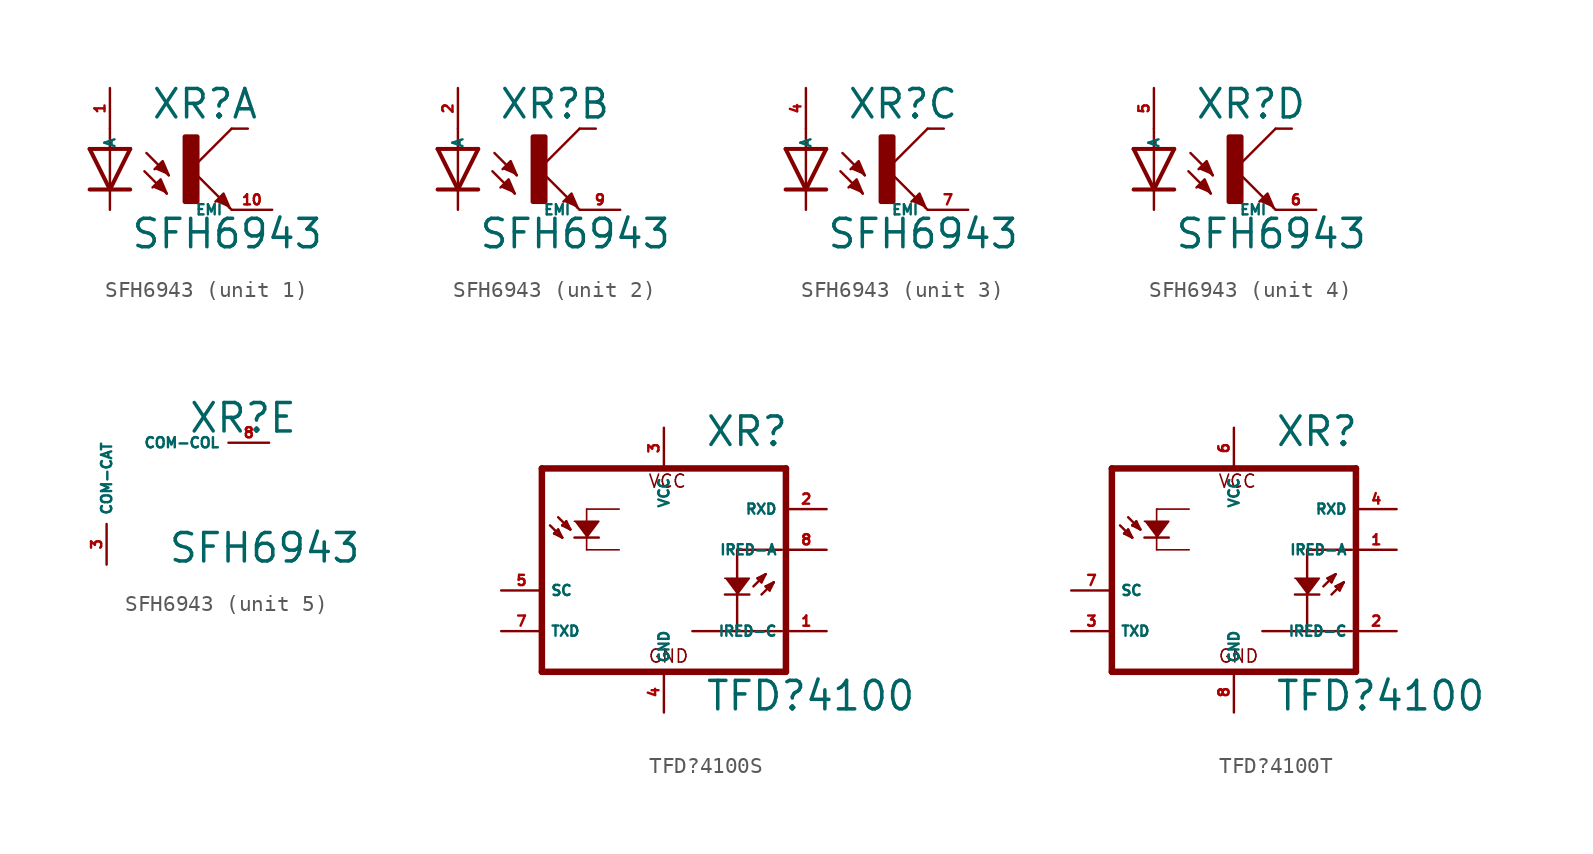
<source format=kicad_sym>
(kicad_symbol_lib
  (version 20220914)
  (generator Eagle2Kicad)
  (symbol "SFH6943"
    (property "Reference" "XR"
      (at 2.54 3.048 0)
      (effects (font (size 1.778 1.778) (thickness 0.22)) (justify left bottom)))
    (property "Value" "SFH6943"
      (at 1.27 -5.08 0)
      (effects (font (size 1.778 1.778) (thickness 0.22)) (justify left bottom)))
    (symbol "SFH6943_1_0"
      (polyline (pts (xy 3.683 -0.381) (xy 3.302 0.508) (xy 2.794 0)) (stroke (width 0.152) (type default)) (fill (type outline)))
      (polyline (pts (xy 3.556 -1.524) (xy 3.175 -0.635) (xy 2.667 -1.143)) (stroke (width 0.152) (type default)) (fill (type outline)))
      (polyline (pts (xy 7.493 -2.413) (xy 7.112 -1.524) (xy 6.604 -2.032)) (stroke (width 0.152) (type default)) (fill (type outline)))
      (polyline (pts (xy 1.27 1.27) (xy 0 -1.27)) (stroke (width 0.254) (type default)) (fill (type none)))
      (polyline (pts (xy 0 -1.27) (xy -1.27 1.27)) (stroke (width 0.254) (type default)) (fill (type none)))
      (polyline (pts (xy 1.27 -1.27) (xy 0 -1.27)) (stroke (width 0.254) (type default)) (fill (type none)))
      (polyline (pts (xy 0 -1.27) (xy -1.27 -1.27)) (stroke (width 0.254) (type default)) (fill (type none)))
      (polyline (pts (xy 1.27 1.27) (xy 0 1.27)) (stroke (width 0.254) (type default)) (fill (type none)))
      (polyline (pts (xy 0 1.27) (xy -1.27 1.27)) (stroke (width 0.254) (type default)) (fill (type none)))
      (polyline (pts (xy 0 1.27) (xy 0 -1.27)) (stroke (width 0.152) (type default)) (fill (type none)))
      (polyline (pts (xy 2.286 1.016) (xy 3.683 -0.381)) (stroke (width 0.152) (type default)) (fill (type none)))
      (polyline (pts (xy 2.159 -0.127) (xy 3.556 -1.524)) (stroke (width 0.152) (type default)) (fill (type none)))
      (polyline (pts (xy 0 -1.27) (xy 0 -2.54)) (stroke (width 0.152) (type default)) (fill (type none)))
      (polyline (pts (xy 7.62 2.54) (xy 5.08 0)) (stroke (width 0.152) (type default)) (fill (type none)))
      (polyline (pts (xy 7.62 2.54) (xy 8.636 2.54)) (stroke (width 0.152) (type default)) (fill (type none)))
      (polyline (pts (xy 5.08 0) (xy 7.62 -2.54)) (stroke (width 0.152) (type default)) (fill (type none)))
      (polyline (pts (xy 0 1.27) (xy 0 2.54)) (stroke (width 0.152) (type default)) (fill (type none)))
      (rectangle (start 4.699 -2.032) (end 5.461 2.032) (stroke (width 0.3) (type default)) (fill (type outline)))
      (pin passive line (at 0 5.08 270) (length 2.54) (name "A" (effects (font (size 0.635 0.635) (thickness 0.08)) (justify left bottom))) (number "1" (effects (font (size 0.635 0.635) (thickness 0.08)) (justify left bottom))))
      (pin passive line (at 10.16 -2.54 180) (length 2.54) (name "EMI" (effects (font (size 0.635 0.635) (thickness 0.08)) (justify left bottom))) (number "10" (effects (font (size 0.635 0.635) (thickness 0.08)) (justify left bottom)))))
    (symbol "SFH6943_2_0"
      (polyline (pts (xy 3.683 -0.381) (xy 3.302 0.508) (xy 2.794 0)) (stroke (width 0.152) (type default)) (fill (type outline)))
      (polyline (pts (xy 3.556 -1.524) (xy 3.175 -0.635) (xy 2.667 -1.143)) (stroke (width 0.152) (type default)) (fill (type outline)))
      (polyline (pts (xy 7.493 -2.413) (xy 7.112 -1.524) (xy 6.604 -2.032)) (stroke (width 0.152) (type default)) (fill (type outline)))
      (polyline (pts (xy 1.27 1.27) (xy 0 -1.27)) (stroke (width 0.254) (type default)) (fill (type none)))
      (polyline (pts (xy 0 -1.27) (xy -1.27 1.27)) (stroke (width 0.254) (type default)) (fill (type none)))
      (polyline (pts (xy 1.27 -1.27) (xy 0 -1.27)) (stroke (width 0.254) (type default)) (fill (type none)))
      (polyline (pts (xy 0 -1.27) (xy -1.27 -1.27)) (stroke (width 0.254) (type default)) (fill (type none)))
      (polyline (pts (xy 1.27 1.27) (xy 0 1.27)) (stroke (width 0.254) (type default)) (fill (type none)))
      (polyline (pts (xy 0 1.27) (xy -1.27 1.27)) (stroke (width 0.254) (type default)) (fill (type none)))
      (polyline (pts (xy 0 1.27) (xy 0 -1.27)) (stroke (width 0.152) (type default)) (fill (type none)))
      (polyline (pts (xy 2.286 1.016) (xy 3.683 -0.381)) (stroke (width 0.152) (type default)) (fill (type none)))
      (polyline (pts (xy 2.159 -0.127) (xy 3.556 -1.524)) (stroke (width 0.152) (type default)) (fill (type none)))
      (polyline (pts (xy 0 -1.27) (xy 0 -2.54)) (stroke (width 0.152) (type default)) (fill (type none)))
      (polyline (pts (xy 7.62 2.54) (xy 5.08 0)) (stroke (width 0.152) (type default)) (fill (type none)))
      (polyline (pts (xy 7.62 2.54) (xy 8.636 2.54)) (stroke (width 0.152) (type default)) (fill (type none)))
      (polyline (pts (xy 5.08 0) (xy 7.62 -2.54)) (stroke (width 0.152) (type default)) (fill (type none)))
      (polyline (pts (xy 0 1.27) (xy 0 2.54)) (stroke (width 0.152) (type default)) (fill (type none)))
      (rectangle (start 4.699 -2.032) (end 5.461 2.032) (stroke (width 0.3) (type default)) (fill (type outline)))
      (pin passive line (at 0 5.08 270) (length 2.54) (name "A" (effects (font (size 0.635 0.635) (thickness 0.08)) (justify left bottom))) (number "2" (effects (font (size 0.635 0.635) (thickness 0.08)) (justify left bottom))))
      (pin passive line (at 10.16 -2.54 180) (length 2.54) (name "EMI" (effects (font (size 0.635 0.635) (thickness 0.08)) (justify left bottom))) (number "9" (effects (font (size 0.635 0.635) (thickness 0.08)) (justify left bottom)))))
    (symbol "SFH6943_3_0"
      (polyline (pts (xy 3.683 -0.381) (xy 3.302 0.508) (xy 2.794 0)) (stroke (width 0.152) (type default)) (fill (type outline)))
      (polyline (pts (xy 3.556 -1.524) (xy 3.175 -0.635) (xy 2.667 -1.143)) (stroke (width 0.152) (type default)) (fill (type outline)))
      (polyline (pts (xy 7.493 -2.413) (xy 7.112 -1.524) (xy 6.604 -2.032)) (stroke (width 0.152) (type default)) (fill (type outline)))
      (polyline (pts (xy 1.27 1.27) (xy 0 -1.27)) (stroke (width 0.254) (type default)) (fill (type none)))
      (polyline (pts (xy 0 -1.27) (xy -1.27 1.27)) (stroke (width 0.254) (type default)) (fill (type none)))
      (polyline (pts (xy 1.27 -1.27) (xy 0 -1.27)) (stroke (width 0.254) (type default)) (fill (type none)))
      (polyline (pts (xy 0 -1.27) (xy -1.27 -1.27)) (stroke (width 0.254) (type default)) (fill (type none)))
      (polyline (pts (xy 1.27 1.27) (xy 0 1.27)) (stroke (width 0.254) (type default)) (fill (type none)))
      (polyline (pts (xy 0 1.27) (xy -1.27 1.27)) (stroke (width 0.254) (type default)) (fill (type none)))
      (polyline (pts (xy 0 1.27) (xy 0 -1.27)) (stroke (width 0.152) (type default)) (fill (type none)))
      (polyline (pts (xy 2.286 1.016) (xy 3.683 -0.381)) (stroke (width 0.152) (type default)) (fill (type none)))
      (polyline (pts (xy 2.159 -0.127) (xy 3.556 -1.524)) (stroke (width 0.152) (type default)) (fill (type none)))
      (polyline (pts (xy 0 -1.27) (xy 0 -2.54)) (stroke (width 0.152) (type default)) (fill (type none)))
      (polyline (pts (xy 7.62 2.54) (xy 5.08 0)) (stroke (width 0.152) (type default)) (fill (type none)))
      (polyline (pts (xy 7.62 2.54) (xy 8.636 2.54)) (stroke (width 0.152) (type default)) (fill (type none)))
      (polyline (pts (xy 5.08 0) (xy 7.62 -2.54)) (stroke (width 0.152) (type default)) (fill (type none)))
      (polyline (pts (xy 0 1.27) (xy 0 2.54)) (stroke (width 0.152) (type default)) (fill (type none)))
      (rectangle (start 4.699 -2.032) (end 5.461 2.032) (stroke (width 0.3) (type default)) (fill (type outline)))
      (pin passive line (at 0 5.08 270) (length 2.54) (name "A" (effects (font (size 0.635 0.635) (thickness 0.08)) (justify left bottom))) (number "4" (effects (font (size 0.635 0.635) (thickness 0.08)) (justify left bottom))))
      (pin passive line (at 10.16 -2.54 180) (length 2.54) (name "EMI" (effects (font (size 0.635 0.635) (thickness 0.08)) (justify left bottom))) (number "7" (effects (font (size 0.635 0.635) (thickness 0.08)) (justify left bottom)))))
    (symbol "SFH6943_4_0"
      (polyline (pts (xy 3.683 -0.381) (xy 3.302 0.508) (xy 2.794 0)) (stroke (width 0.152) (type default)) (fill (type outline)))
      (polyline (pts (xy 3.556 -1.524) (xy 3.175 -0.635) (xy 2.667 -1.143)) (stroke (width 0.152) (type default)) (fill (type outline)))
      (polyline (pts (xy 7.493 -2.413) (xy 7.112 -1.524) (xy 6.604 -2.032)) (stroke (width 0.152) (type default)) (fill (type outline)))
      (polyline (pts (xy 1.27 1.27) (xy 0 -1.27)) (stroke (width 0.254) (type default)) (fill (type none)))
      (polyline (pts (xy 0 -1.27) (xy -1.27 1.27)) (stroke (width 0.254) (type default)) (fill (type none)))
      (polyline (pts (xy 1.27 -1.27) (xy 0 -1.27)) (stroke (width 0.254) (type default)) (fill (type none)))
      (polyline (pts (xy 0 -1.27) (xy -1.27 -1.27)) (stroke (width 0.254) (type default)) (fill (type none)))
      (polyline (pts (xy 1.27 1.27) (xy 0 1.27)) (stroke (width 0.254) (type default)) (fill (type none)))
      (polyline (pts (xy 0 1.27) (xy -1.27 1.27)) (stroke (width 0.254) (type default)) (fill (type none)))
      (polyline (pts (xy 0 1.27) (xy 0 -1.27)) (stroke (width 0.152) (type default)) (fill (type none)))
      (polyline (pts (xy 2.286 1.016) (xy 3.683 -0.381)) (stroke (width 0.152) (type default)) (fill (type none)))
      (polyline (pts (xy 2.159 -0.127) (xy 3.556 -1.524)) (stroke (width 0.152) (type default)) (fill (type none)))
      (polyline (pts (xy 0 -1.27) (xy 0 -2.54)) (stroke (width 0.152) (type default)) (fill (type none)))
      (polyline (pts (xy 7.62 2.54) (xy 5.08 0)) (stroke (width 0.152) (type default)) (fill (type none)))
      (polyline (pts (xy 7.62 2.54) (xy 8.636 2.54)) (stroke (width 0.152) (type default)) (fill (type none)))
      (polyline (pts (xy 5.08 0) (xy 7.62 -2.54)) (stroke (width 0.152) (type default)) (fill (type none)))
      (polyline (pts (xy 0 1.27) (xy 0 2.54)) (stroke (width 0.152) (type default)) (fill (type none)))
      (rectangle (start 4.699 -2.032) (end 5.461 2.032) (stroke (width 0.3) (type default)) (fill (type outline)))
      (pin passive line (at 0 5.08 270) (length 2.54) (name "A" (effects (font (size 0.635 0.635) (thickness 0.08)) (justify left bottom))) (number "5" (effects (font (size 0.635 0.635) (thickness 0.08)) (justify left bottom))))
      (pin passive line (at 10.16 -2.54 180) (length 2.54) (name "EMI" (effects (font (size 0.635 0.635) (thickness 0.08)) (justify left bottom))) (number "6" (effects (font (size 0.635 0.635) (thickness 0.08)) (justify left bottom)))))
    (symbol "SFH6943_5_0"
      (pin passive line (at -2.54 -5.08 90) (length 2.54) (name "COM-CAT" (effects (font (size 0.635 0.635) (thickness 0.08)) (justify left bottom))) (number "3" (effects (font (size 0.635 0.635) (thickness 0.08)) (justify left bottom))))
      (pin passive line (at 7.62 2.54 180) (length 2.54) (name "COM-COL" (effects (font (size 0.635 0.635) (thickness 0.08)) (justify left bottom))) (number "8" (effects (font (size 0.635 0.635) (thickness 0.08)) (justify left bottom))))))
  (symbol "TFD?4100S"
    (property "Reference" "XR"
      (at 2.54 6.35 0)
      (effects (font (size 1.778 1.778) (thickness 0.22)) (justify left bottom)))
    (property "Value" "TFD?4100"
      (at 2.54 -10.16 0)
      (effects (font (size 1.778 1.778) (thickness 0.22)) (justify left bottom)))
    (polyline
      (pts (xy -5.588 1.778) (xy -4.064 1.778) (xy -4.826 0.762))
      (stroke (width 0.102) (type default))
      (fill (type outline)))
    (polyline
      (pts (xy 3.81 -1.778) (xy 5.334 -1.778) (xy 4.572 -2.794))
      (stroke (width 0.102) (type default))
      (fill (type outline)))
    (polyline
      (pts (xy -7.62 5.08) (xy 7.62 5.08))
      (stroke (width 0.406) (type default))
      (fill (type none)))
    (polyline
      (pts (xy 7.62 5.08) (xy 7.62 -7.62))
      (stroke (width 0.406) (type default))
      (fill (type none)))
    (polyline
      (pts (xy 7.62 -7.62) (xy -7.62 -7.62))
      (stroke (width 0.406) (type default))
      (fill (type none)))
    (polyline
      (pts (xy -7.62 -7.62) (xy -7.62 5.08))
      (stroke (width 0.406) (type default))
      (fill (type none)))
    (polyline
      (pts (xy -4.826 2.54) (xy -4.826 0))
      (stroke (width 0.102) (type default))
      (fill (type none)))
    (polyline
      (pts (xy -4.826 0) (xy -2.794 0))
      (stroke (width 0.102) (type default))
      (fill (type none)))
    (polyline
      (pts (xy -4.826 2.54) (xy -2.794 2.54))
      (stroke (width 0.102) (type default))
      (fill (type none)))
    (polyline
      (pts (xy -5.588 0.762) (xy -4.064 0.762))
      (stroke (width 0.152) (type default))
      (fill (type none)))
    (polyline
      (pts (xy -6.604 2.032) (xy -5.842 1.27))
      (stroke (width 0.152) (type default))
      (fill (type none)))
    (polyline
      (pts (xy -5.842 1.27) (xy -6.096 1.778))
      (stroke (width 0.152) (type default))
      (fill (type none)))
    (polyline
      (pts (xy -6.096 1.778) (xy -6.35 1.524))
      (stroke (width 0.152) (type default))
      (fill (type none)))
    (polyline
      (pts (xy -6.35 1.524) (xy -5.842 1.27))
      (stroke (width 0.152) (type default))
      (fill (type none)))
    (polyline
      (pts (xy -7.112 1.524) (xy -6.35 0.762))
      (stroke (width 0.152) (type default))
      (fill (type none)))
    (polyline
      (pts (xy -6.35 0.762) (xy -6.604 1.27))
      (stroke (width 0.152) (type default))
      (fill (type none)))
    (polyline
      (pts (xy -6.604 1.27) (xy -6.858 1.016))
      (stroke (width 0.152) (type default))
      (fill (type none)))
    (polyline
      (pts (xy -6.858 1.016) (xy -6.35 0.762))
      (stroke (width 0.152) (type default))
      (fill (type none)))
    (polyline
      (pts (xy 3.81 -2.794) (xy 5.334 -2.794))
      (stroke (width 0.152) (type default))
      (fill (type none)))
    (polyline
      (pts (xy 5.588 -2.286) (xy 6.35 -1.524))
      (stroke (width 0.152) (type default))
      (fill (type none)))
    (polyline
      (pts (xy 6.35 -1.524) (xy 5.842 -1.778))
      (stroke (width 0.152) (type default))
      (fill (type none)))
    (polyline
      (pts (xy 5.842 -1.778) (xy 6.096 -2.032))
      (stroke (width 0.152) (type default))
      (fill (type none)))
    (polyline
      (pts (xy 6.096 -2.032) (xy 6.35 -1.524))
      (stroke (width 0.152) (type default))
      (fill (type none)))
    (polyline
      (pts (xy 6.096 -2.794) (xy 6.858 -2.032))
      (stroke (width 0.152) (type default))
      (fill (type none)))
    (polyline
      (pts (xy 6.858 -2.032) (xy 6.35 -2.286))
      (stroke (width 0.152) (type default))
      (fill (type none)))
    (polyline
      (pts (xy 6.35 -2.286) (xy 6.604 -2.54))
      (stroke (width 0.152) (type default))
      (fill (type none)))
    (polyline
      (pts (xy 6.604 -2.54) (xy 6.858 -2.032))
      (stroke (width 0.152) (type default))
      (fill (type none)))
    (polyline
      (pts (xy 7.366 0) (xy 4.572 0))
      (stroke (width 0.152) (type default))
      (fill (type none)))
    (polyline
      (pts (xy 4.572 0) (xy 4.572 -5.08))
      (stroke (width 0.152) (type default))
      (fill (type none)))
    (polyline
      (pts (xy 4.572 -5.08) (xy 7.366 -5.08))
      (stroke (width 0.152) (type default))
      (fill (type none)))
    (polyline
      (pts (xy 4.572 -5.08) (xy 1.778 -5.08))
      (stroke (width 0.152) (type default))
      (fill (type none)))
    (text "VCC"
      (at -1.016 3.81 0)
      (effects (font (size 0.813 0.813) (thickness 0.10)) (justify left bottom)))
    (text "GND"
      (at -1.016 -7.112 0)
      (effects (font (size 0.813 0.813) (thickness 0.10)) (justify left bottom)))
    (pin input line
      (at -10.16 -2.54 0)
      (length 2.54)
      (name "SC" (effects (font (size 0.635 0.635) (thickness 0.08)) (justify left bottom)))
      (number "5" (effects (font (size 0.635 0.635) (thickness 0.08)) (justify left bottom))))
    (pin input line
      (at -10.16 -5.08 0)
      (length 2.54)
      (name "TXD" (effects (font (size 0.635 0.635) (thickness 0.08)) (justify left bottom)))
      (number "7" (effects (font (size 0.635 0.635) (thickness 0.08)) (justify left bottom))))
    (pin output line
      (at 10.16 2.54 180)
      (length 2.54)
      (name "RXD" (effects (font (size 0.635 0.635) (thickness 0.08)) (justify left bottom)))
      (number "2" (effects (font (size 0.635 0.635) (thickness 0.08)) (justify left bottom))))
    (pin output line
      (at 10.16 -5.08 180)
      (length 2.54)
      (name "IRED-C" (effects (font (size 0.635 0.635) (thickness 0.08)) (justify left bottom)))
      (number "1" (effects (font (size 0.635 0.635) (thickness 0.08)) (justify left bottom))))
    (pin passive line
      (at 10.16 0 180)
      (length 2.54)
      (name "IRED-A" (effects (font (size 0.635 0.635) (thickness 0.08)) (justify left bottom)))
      (number "8" (effects (font (size 0.635 0.635) (thickness 0.08)) (justify left bottom))))
    (pin unspecified line
      (at 0 -10.16 90)
      (length 2.54)
      (name "GND" (effects (font (size 0.635 0.635) (thickness 0.08)) (justify left bottom)))
      (number "4" (effects (font (size 0.635 0.635) (thickness 0.08)) (justify left bottom))))
    (pin unspecified line
      (at 0 7.62 270)
      (length 2.54)
      (name "VCC" (effects (font (size 0.635 0.635) (thickness 0.08)) (justify left bottom)))
      (number "3" (effects (font (size 0.635 0.635) (thickness 0.08)) (justify left bottom)))))
  (symbol "TFD?4100T"
    (property "Reference" "XR"
      (at 2.54 6.35 0)
      (effects (font (size 1.778 1.778) (thickness 0.22)) (justify left bottom)))
    (property "Value" "TFD?4100"
      (at 2.54 -10.16 0)
      (effects (font (size 1.778 1.778) (thickness 0.22)) (justify left bottom)))
    (polyline
      (pts (xy -5.588 1.778) (xy -4.064 1.778) (xy -4.826 0.762))
      (stroke (width 0.102) (type default))
      (fill (type outline)))
    (polyline
      (pts (xy 3.81 -1.778) (xy 5.334 -1.778) (xy 4.572 -2.794))
      (stroke (width 0.102) (type default))
      (fill (type outline)))
    (polyline
      (pts (xy -7.62 5.08) (xy 7.62 5.08))
      (stroke (width 0.406) (type default))
      (fill (type none)))
    (polyline
      (pts (xy 7.62 5.08) (xy 7.62 -7.62))
      (stroke (width 0.406) (type default))
      (fill (type none)))
    (polyline
      (pts (xy 7.62 -7.62) (xy -7.62 -7.62))
      (stroke (width 0.406) (type default))
      (fill (type none)))
    (polyline
      (pts (xy -7.62 -7.62) (xy -7.62 5.08))
      (stroke (width 0.406) (type default))
      (fill (type none)))
    (polyline
      (pts (xy -4.826 2.54) (xy -4.826 0))
      (stroke (width 0.102) (type default))
      (fill (type none)))
    (polyline
      (pts (xy -4.826 0) (xy -2.794 0))
      (stroke (width 0.102) (type default))
      (fill (type none)))
    (polyline
      (pts (xy -4.826 2.54) (xy -2.794 2.54))
      (stroke (width 0.102) (type default))
      (fill (type none)))
    (polyline
      (pts (xy -5.588 0.762) (xy -4.064 0.762))
      (stroke (width 0.152) (type default))
      (fill (type none)))
    (polyline
      (pts (xy -6.604 2.032) (xy -5.842 1.27))
      (stroke (width 0.152) (type default))
      (fill (type none)))
    (polyline
      (pts (xy -5.842 1.27) (xy -6.096 1.778))
      (stroke (width 0.152) (type default))
      (fill (type none)))
    (polyline
      (pts (xy -6.096 1.778) (xy -6.35 1.524))
      (stroke (width 0.152) (type default))
      (fill (type none)))
    (polyline
      (pts (xy -6.35 1.524) (xy -5.842 1.27))
      (stroke (width 0.152) (type default))
      (fill (type none)))
    (polyline
      (pts (xy -7.112 1.524) (xy -6.35 0.762))
      (stroke (width 0.152) (type default))
      (fill (type none)))
    (polyline
      (pts (xy -6.35 0.762) (xy -6.604 1.27))
      (stroke (width 0.152) (type default))
      (fill (type none)))
    (polyline
      (pts (xy -6.604 1.27) (xy -6.858 1.016))
      (stroke (width 0.152) (type default))
      (fill (type none)))
    (polyline
      (pts (xy -6.858 1.016) (xy -6.35 0.762))
      (stroke (width 0.152) (type default))
      (fill (type none)))
    (polyline
      (pts (xy 3.81 -2.794) (xy 5.334 -2.794))
      (stroke (width 0.152) (type default))
      (fill (type none)))
    (polyline
      (pts (xy 5.588 -2.286) (xy 6.35 -1.524))
      (stroke (width 0.152) (type default))
      (fill (type none)))
    (polyline
      (pts (xy 6.35 -1.524) (xy 5.842 -1.778))
      (stroke (width 0.152) (type default))
      (fill (type none)))
    (polyline
      (pts (xy 5.842 -1.778) (xy 6.096 -2.032))
      (stroke (width 0.152) (type default))
      (fill (type none)))
    (polyline
      (pts (xy 6.096 -2.032) (xy 6.35 -1.524))
      (stroke (width 0.152) (type default))
      (fill (type none)))
    (polyline
      (pts (xy 6.096 -2.794) (xy 6.858 -2.032))
      (stroke (width 0.152) (type default))
      (fill (type none)))
    (polyline
      (pts (xy 6.858 -2.032) (xy 6.35 -2.286))
      (stroke (width 0.152) (type default))
      (fill (type none)))
    (polyline
      (pts (xy 6.35 -2.286) (xy 6.604 -2.54))
      (stroke (width 0.152) (type default))
      (fill (type none)))
    (polyline
      (pts (xy 6.604 -2.54) (xy 6.858 -2.032))
      (stroke (width 0.152) (type default))
      (fill (type none)))
    (polyline
      (pts (xy 7.366 0) (xy 4.572 0))
      (stroke (width 0.152) (type default))
      (fill (type none)))
    (polyline
      (pts (xy 4.572 0) (xy 4.572 -5.08))
      (stroke (width 0.152) (type default))
      (fill (type none)))
    (polyline
      (pts (xy 4.572 -5.08) (xy 7.366 -5.08))
      (stroke (width 0.152) (type default))
      (fill (type none)))
    (polyline
      (pts (xy 4.572 -5.08) (xy 1.778 -5.08))
      (stroke (width 0.152) (type default))
      (fill (type none)))
    (text "VCC"
      (at -1.016 3.81 0)
      (effects (font (size 0.813 0.813) (thickness 0.10)) (justify left bottom)))
    (text "GND"
      (at -1.016 -7.112 0)
      (effects (font (size 0.813 0.813) (thickness 0.10)) (justify left bottom)))
    (pin input line
      (at -10.16 -2.54 0)
      (length 2.54)
      (name "SC" (effects (font (size 0.635 0.635) (thickness 0.08)) (justify left bottom)))
      (number "7" (effects (font (size 0.635 0.635) (thickness 0.08)) (justify left bottom))))
    (pin input line
      (at -10.16 -5.08 0)
      (length 2.54)
      (name "TXD" (effects (font (size 0.635 0.635) (thickness 0.08)) (justify left bottom)))
      (number "3" (effects (font (size 0.635 0.635) (thickness 0.08)) (justify left bottom))))
    (pin output line
      (at 10.16 2.54 180)
      (length 2.54)
      (name "RXD" (effects (font (size 0.635 0.635) (thickness 0.08)) (justify left bottom)))
      (number "4" (effects (font (size 0.635 0.635) (thickness 0.08)) (justify left bottom))))
    (pin output line
      (at 10.16 -5.08 180)
      (length 2.54)
      (name "IRED-C" (effects (font (size 0.635 0.635) (thickness 0.08)) (justify left bottom)))
      (number "2" (effects (font (size 0.635 0.635) (thickness 0.08)) (justify left bottom))))
    (pin passive line
      (at 10.16 0 180)
      (length 2.54)
      (name "IRED-A" (effects (font (size 0.635 0.635) (thickness 0.08)) (justify left bottom)))
      (number "1" (effects (font (size 0.635 0.635) (thickness 0.08)) (justify left bottom))))
    (pin unspecified line
      (at 0 -10.16 90)
      (length 2.54)
      (name "GND" (effects (font (size 0.635 0.635) (thickness 0.08)) (justify left bottom)))
      (number "8" (effects (font (size 0.635 0.635) (thickness 0.08)) (justify left bottom))))
    (pin unspecified line
      (at 0 7.62 270)
      (length 2.54)
      (name "VCC" (effects (font (size 0.635 0.635) (thickness 0.08)) (justify left bottom)))
      (number "6" (effects (font (size 0.635 0.635) (thickness 0.08)) (justify left bottom))))))
</source>
